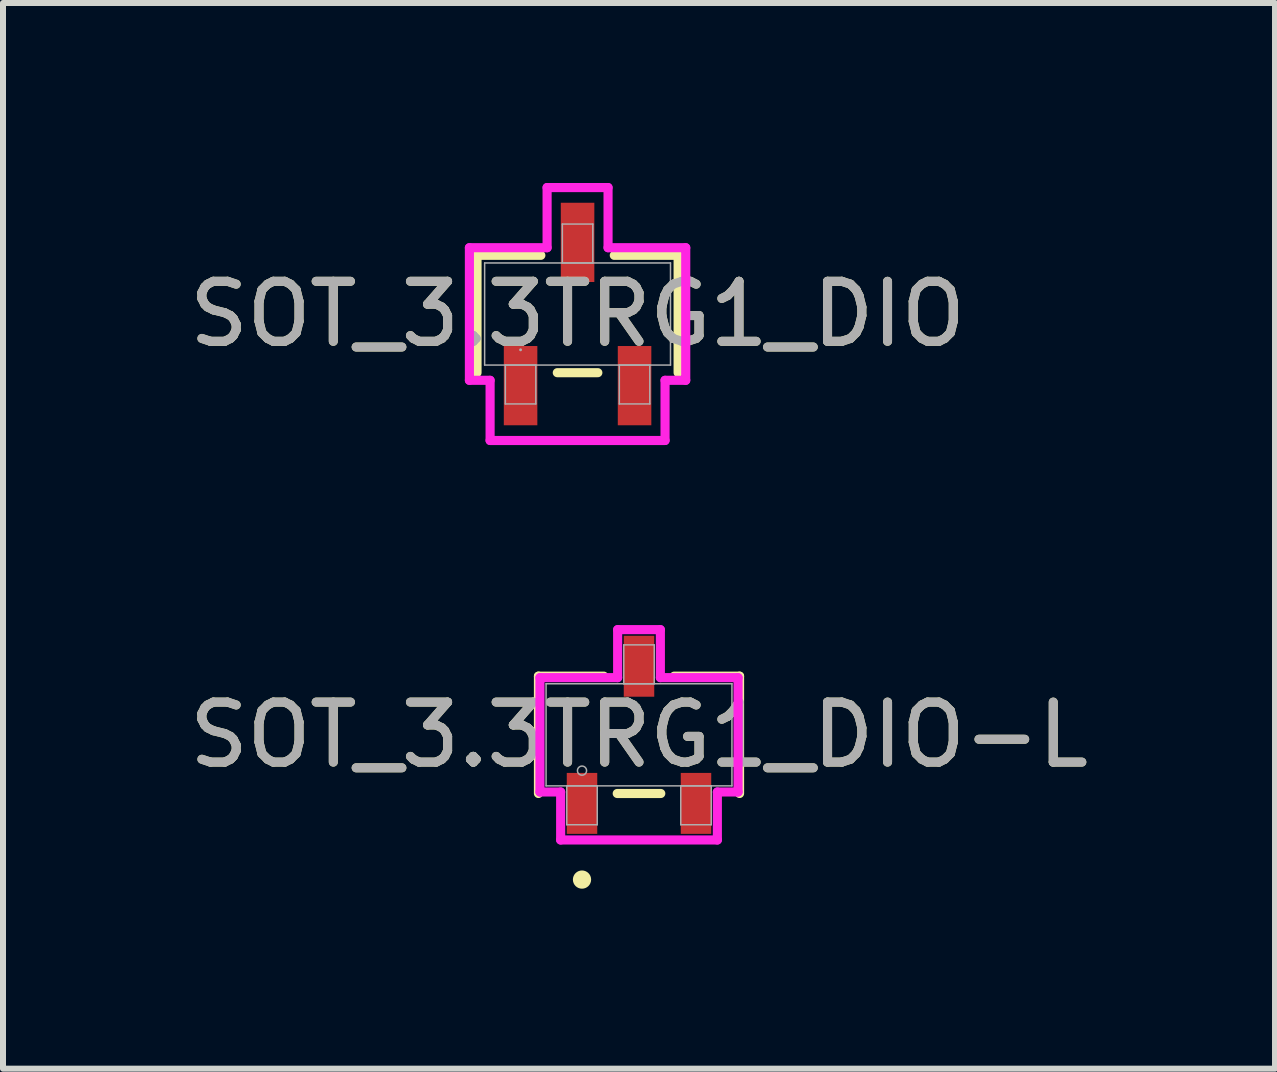
<source format=kicad_pcb>
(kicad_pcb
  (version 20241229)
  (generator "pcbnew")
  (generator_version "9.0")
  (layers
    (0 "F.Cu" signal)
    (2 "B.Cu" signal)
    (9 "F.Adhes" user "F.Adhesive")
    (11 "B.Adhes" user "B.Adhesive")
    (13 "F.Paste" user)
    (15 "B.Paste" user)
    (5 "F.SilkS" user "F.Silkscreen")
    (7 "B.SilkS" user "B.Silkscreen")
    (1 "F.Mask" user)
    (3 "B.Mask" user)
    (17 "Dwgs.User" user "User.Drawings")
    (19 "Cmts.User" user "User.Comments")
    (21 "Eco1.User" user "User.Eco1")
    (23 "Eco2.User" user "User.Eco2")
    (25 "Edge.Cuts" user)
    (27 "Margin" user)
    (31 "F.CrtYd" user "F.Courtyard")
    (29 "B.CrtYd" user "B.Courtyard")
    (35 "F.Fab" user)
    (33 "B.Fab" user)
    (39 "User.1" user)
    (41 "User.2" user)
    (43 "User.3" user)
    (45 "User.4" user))
  (footprint "SOT_3.3TRG1_DIO"
    (layer "F.Cu")
    (at 6.577 2.184)
    (property "Reference" "SOT_3.3TRG1_DIO" (at 0 0 0) (unlocked yes) (layer "F.SilkS") (effects (font (size 1 1) (thickness 0.15))))
    (attr smd)
    (fp_line (start -1.676 -0.978) (end -1.676 0.978) (stroke (width 0.152) (type solid)) (layer "F.SilkS"))
    (fp_line (start -0.612 -0.978) (end -1.676 -0.978) (stroke (width 0.152) (type solid)) (layer "F.SilkS"))
    (fp_line (start -0.338 0.978) (end 0.338 0.978) (stroke (width 0.152) (type solid)) (layer "F.SilkS"))
    (fp_line (start 1.676 -0.978) (end 0.612 -0.978) (stroke (width 0.152) (type solid)) (layer "F.SilkS"))
    (fp_line (start 1.676 0.978) (end 1.676 -0.978) (stroke (width 0.152) (type solid)) (layer "F.SilkS"))
    (fp_line (start -1.803 -1.105) (end -0.508 -1.105) (stroke (width 0.152) (type solid)) (layer "F.CrtYd"))
    (fp_line (start -1.803 1.105) (end -1.803 -1.105) (stroke (width 0.152) (type solid)) (layer "F.CrtYd"))
    (fp_line (start -1.803 1.105) (end -1.458 1.105) (stroke (width 0.152) (type solid)) (layer "F.CrtYd"))
    (fp_line (start -1.458 1.105) (end -1.458 2.108) (stroke (width 0.152) (type solid)) (layer "F.CrtYd"))
    (fp_line (start -1.458 2.108) (end 1.458 2.108) (stroke (width 0.152) (type solid)) (layer "F.CrtYd"))
    (fp_line (start -0.508 -2.108) (end 0.508 -2.108) (stroke (width 0.152) (type solid)) (layer "F.CrtYd"))
    (fp_line (start -0.508 -1.105) (end -0.508 -2.108) (stroke (width 0.152) (type solid)) (layer "F.CrtYd"))
    (fp_line (start 0.508 -1.105) (end 0.508 -2.108) (stroke (width 0.152) (type solid)) (layer "F.CrtYd"))
    (fp_line (start 1.458 1.105) (end 1.458 2.108) (stroke (width 0.152) (type solid)) (layer "F.CrtYd"))
    (fp_line (start 1.803 -1.105) (end 0.508 -1.105) (stroke (width 0.152) (type solid)) (layer "F.CrtYd"))
    (fp_line (start 1.803 -1.105) (end 1.803 1.105) (stroke (width 0.152) (type solid)) (layer "F.CrtYd"))
    (fp_line (start 1.803 1.105) (end 1.458 1.105) (stroke (width 0.152) (type solid)) (layer "F.CrtYd"))
    (fp_line (start -1.549 -0.851) (end -1.549 0.851) (stroke (width 0.025) (type solid)) (layer "F.Fab"))
    (fp_line (start -1.549 0.851) (end 1.549 0.851) (stroke (width 0.025) (type solid)) (layer "F.Fab"))
    (fp_line (start -1.204 0.851) (end -1.204 1.499) (stroke (width 0.025) (type solid)) (layer "F.Fab"))
    (fp_line (start -1.204 1.499) (end -0.696 1.499) (stroke (width 0.025) (type solid)) (layer "F.Fab"))
    (fp_line (start -0.696 0.851) (end -1.204 0.851) (stroke (width 0.025) (type solid)) (layer "F.Fab"))
    (fp_line (start -0.696 1.499) (end -0.696 0.851) (stroke (width 0.025) (type solid)) (layer "F.Fab"))
    (fp_line (start -0.254 -1.499) (end -0.254 -0.851) (stroke (width 0.025) (type solid)) (layer "F.Fab"))
    (fp_line (start -0.254 -0.851) (end 0.254 -0.851) (stroke (width 0.025) (type solid)) (layer "F.Fab"))
    (fp_line (start 0.254 -1.499) (end -0.254 -1.499) (stroke (width 0.025) (type solid)) (layer "F.Fab"))
    (fp_line (start 0.254 -0.851) (end 0.254 -1.499) (stroke (width 0.025) (type solid)) (layer "F.Fab"))
    (fp_line (start 0.696 0.851) (end 0.696 1.499) (stroke (width 0.025) (type solid)) (layer "F.Fab"))
    (fp_line (start 0.696 1.499) (end 1.204 1.499) (stroke (width 0.025) (type solid)) (layer "F.Fab"))
    (fp_line (start 1.204 0.851) (end 0.696 0.851) (stroke (width 0.025) (type solid)) (layer "F.Fab"))
    (fp_line (start 1.204 1.499) (end 1.204 0.851) (stroke (width 0.025) (type solid)) (layer "F.Fab"))
    (fp_line (start 1.549 -0.851) (end -1.549 -0.851) (stroke (width 0.025) (type solid)) (layer "F.Fab"))
    (fp_line (start 1.549 0.851) (end 1.549 -0.851) (stroke (width 0.025) (type solid)) (layer "F.Fab"))
    (fp_circle (center -0.95 0.597) (end -0.95 0.597) (stroke (width 0.025) (type solid)) (fill no) (layer "F.Fab"))
    (fp_text user "${REFERENCE}" (at 0 0 0) (unlocked yes) (layer "F.Fab") (effects (font (size 1 1) (thickness 0.15))))
    (pad "1" smd rect (at -0.95 1.194) (size 0.559 1.321) (layers "F.Cu" "F.Mask" "F.Paste"))
    (pad "2" smd rect (at 0.95 1.194) (size 0.559 1.321) (layers "F.Cu" "F.Mask" "F.Paste"))
    (pad "3" smd rect (at 0 -1.194) (size 0.559 1.321) (layers "F.Cu" "F.Mask" "F.Paste")))
  (footprint "SOT_3.3TRG1_DIO-L"
    (layer "F.Cu")
    (at 7.601 9.198)
    (property "Reference" "SOT_3.3TRG1_DIO-L" (at 0 0 0) (unlocked yes) (layer "F.SilkS") (effects (font (size 1 1) (thickness 0.15))))
    (attr smd)
    (fp_line (start -1.676 -0.978) (end -1.676 0.978) (stroke (width 0.152) (type solid)) (layer "F.SilkS"))
    (fp_line (start -0.587 -0.978) (end -1.676 -0.978) (stroke (width 0.152) (type solid)) (layer "F.SilkS"))
    (fp_line (start -0.363 0.978) (end 0.363 0.978) (stroke (width 0.152) (type solid)) (layer "F.SilkS"))
    (fp_line (start 1.676 -0.978) (end 0.587 -0.978) (stroke (width 0.152) (type solid)) (layer "F.SilkS"))
    (fp_line (start 1.676 0.978) (end 1.676 -0.978) (stroke (width 0.152) (type solid)) (layer "F.SilkS"))
    (fp_circle (center -0.95 2.413) (end -0.874 2.413) (stroke (width 0.152) (type solid)) (fill no) (layer "F.SilkS"))
    (fp_line (start -1.651 -0.953) (end -0.356 -0.953) (stroke (width 0.152) (type solid)) (layer "F.CrtYd"))
    (fp_line (start -1.651 0.953) (end -1.651 -0.953) (stroke (width 0.152) (type solid)) (layer "F.CrtYd"))
    (fp_line (start -1.651 0.953) (end -1.306 0.953) (stroke (width 0.152) (type solid)) (layer "F.CrtYd"))
    (fp_line (start -1.306 0.953) (end -1.306 1.753) (stroke (width 0.152) (type solid)) (layer "F.CrtYd"))
    (fp_line (start -1.306 1.753) (end 1.306 1.753) (stroke (width 0.152) (type solid)) (layer "F.CrtYd"))
    (fp_line (start -0.356 -1.753) (end 0.356 -1.753) (stroke (width 0.152) (type solid)) (layer "F.CrtYd"))
    (fp_line (start -0.356 -0.953) (end -0.356 -1.753) (stroke (width 0.152) (type solid)) (layer "F.CrtYd"))
    (fp_line (start 0.356 -0.953) (end 0.356 -1.753) (stroke (width 0.152) (type solid)) (layer "F.CrtYd"))
    (fp_line (start 1.306 0.953) (end 1.306 1.753) (stroke (width 0.152) (type solid)) (layer "F.CrtYd"))
    (fp_line (start 1.651 -0.953) (end 0.356 -0.953) (stroke (width 0.152) (type solid)) (layer "F.CrtYd"))
    (fp_line (start 1.651 -0.953) (end 1.651 0.953) (stroke (width 0.152) (type solid)) (layer "F.CrtYd"))
    (fp_line (start 1.651 0.953) (end 1.306 0.953) (stroke (width 0.152) (type solid)) (layer "F.CrtYd"))
    (fp_line (start -1.549 -0.851) (end -1.549 0.851) (stroke (width 0.025) (type solid)) (layer "F.Fab"))
    (fp_line (start -1.549 0.851) (end 1.549 0.851) (stroke (width 0.025) (type solid)) (layer "F.Fab"))
    (fp_line (start -1.204 0.851) (end -1.204 1.499) (stroke (width 0.025) (type solid)) (layer "F.Fab"))
    (fp_line (start -1.204 1.499) (end -0.696 1.499) (stroke (width 0.025) (type solid)) (layer "F.Fab"))
    (fp_line (start -0.696 0.851) (end -1.204 0.851) (stroke (width 0.025) (type solid)) (layer "F.Fab"))
    (fp_line (start -0.696 1.499) (end -0.696 0.851) (stroke (width 0.025) (type solid)) (layer "F.Fab"))
    (fp_line (start -0.254 -1.499) (end -0.254 -0.851) (stroke (width 0.025) (type solid)) (layer "F.Fab"))
    (fp_line (start -0.254 -0.851) (end 0.254 -0.851) (stroke (width 0.025) (type solid)) (layer "F.Fab"))
    (fp_line (start 0.254 -1.499) (end -0.254 -1.499) (stroke (width 0.025) (type solid)) (layer "F.Fab"))
    (fp_line (start 0.254 -0.851) (end 0.254 -1.499) (stroke (width 0.025) (type solid)) (layer "F.Fab"))
    (fp_line (start 0.696 0.851) (end 0.696 1.499) (stroke (width 0.025) (type solid)) (layer "F.Fab"))
    (fp_line (start 0.696 1.499) (end 1.204 1.499) (stroke (width 0.025) (type solid)) (layer "F.Fab"))
    (fp_line (start 1.204 0.851) (end 0.696 0.851) (stroke (width 0.025) (type solid)) (layer "F.Fab"))
    (fp_line (start 1.204 1.499) (end 1.204 0.851) (stroke (width 0.025) (type solid)) (layer "F.Fab"))
    (fp_line (start 1.549 -0.851) (end -1.549 -0.851) (stroke (width 0.025) (type solid)) (layer "F.Fab"))
    (fp_line (start 1.549 0.851) (end 1.549 -0.851) (stroke (width 0.025) (type solid)) (layer "F.Fab"))
    (fp_circle (center -0.95 0.597) (end -0.874 0.597) (stroke (width 0.025) (type solid)) (fill no) (layer "F.Fab"))
    (fp_text user "${REFERENCE}" (at 0 0 0) (unlocked yes) (layer "F.Fab") (effects (font (size 1 1) (thickness 0.15))))
    (pad "1" smd rect (at -0.95 1.143) (size 0.508 1.016) (layers "F.Cu" "F.Mask" "F.Paste"))
    (pad "2" smd rect (at 0.95 1.143) (size 0.508 1.016) (layers "F.Cu" "F.Mask" "F.Paste"))
    (pad "3" smd rect (at 0 -1.143) (size 0.508 1.016) (layers "F.Cu" "F.Mask" "F.Paste")))
  (gr_rect
    (start -3 -3)
    (end 18.202 14.763)
    (stroke (width 0.1) (type default))
    (fill no)
    (layer "Edge.Cuts")))
</source>
